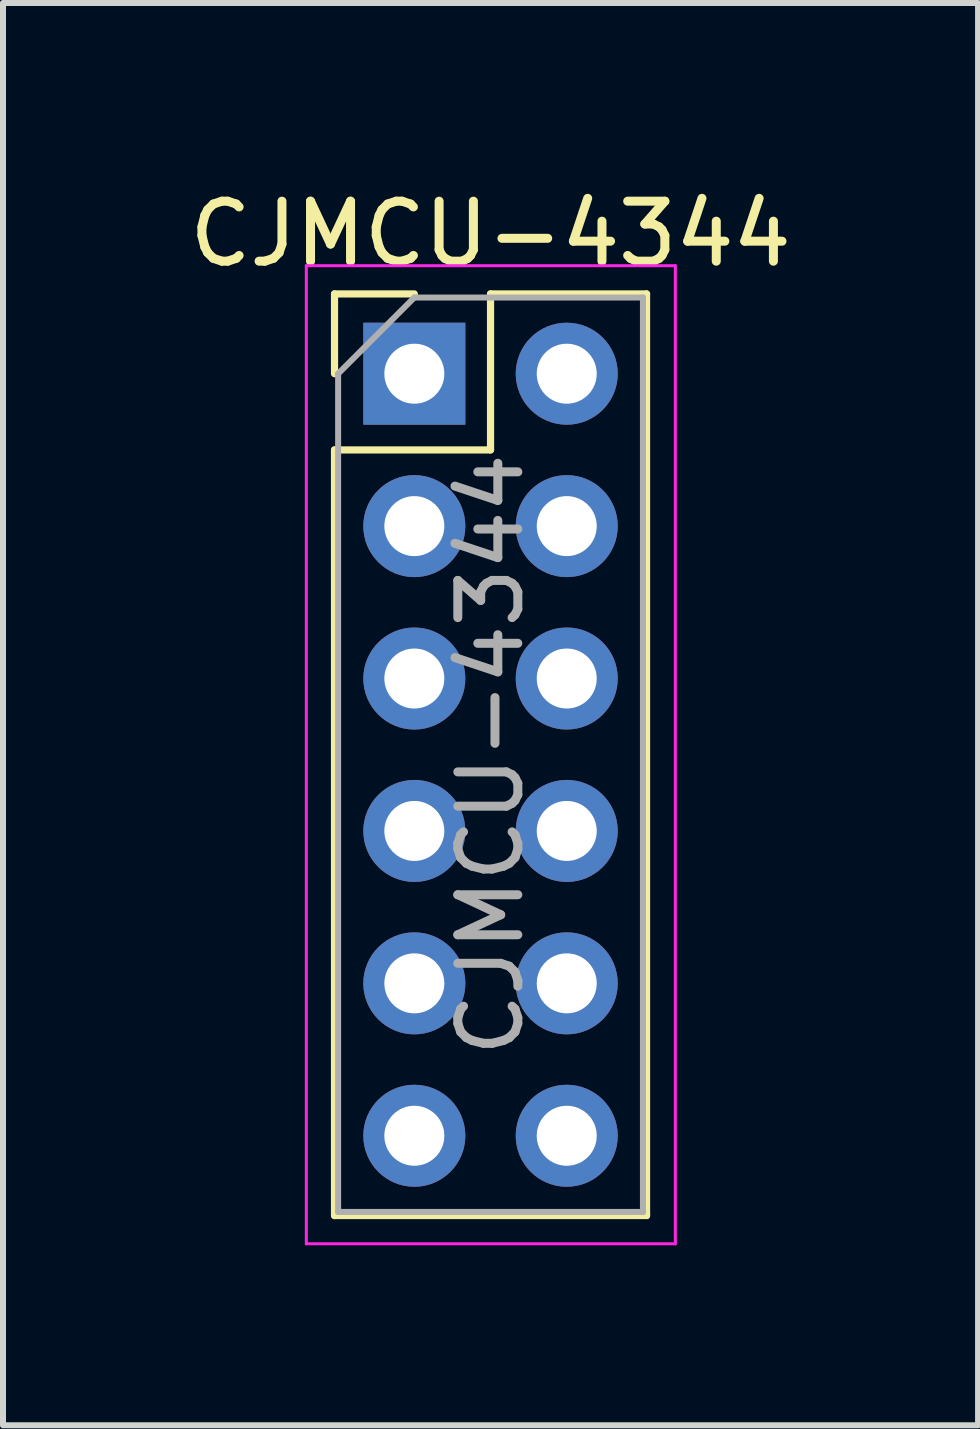
<source format=kicad_pcb>
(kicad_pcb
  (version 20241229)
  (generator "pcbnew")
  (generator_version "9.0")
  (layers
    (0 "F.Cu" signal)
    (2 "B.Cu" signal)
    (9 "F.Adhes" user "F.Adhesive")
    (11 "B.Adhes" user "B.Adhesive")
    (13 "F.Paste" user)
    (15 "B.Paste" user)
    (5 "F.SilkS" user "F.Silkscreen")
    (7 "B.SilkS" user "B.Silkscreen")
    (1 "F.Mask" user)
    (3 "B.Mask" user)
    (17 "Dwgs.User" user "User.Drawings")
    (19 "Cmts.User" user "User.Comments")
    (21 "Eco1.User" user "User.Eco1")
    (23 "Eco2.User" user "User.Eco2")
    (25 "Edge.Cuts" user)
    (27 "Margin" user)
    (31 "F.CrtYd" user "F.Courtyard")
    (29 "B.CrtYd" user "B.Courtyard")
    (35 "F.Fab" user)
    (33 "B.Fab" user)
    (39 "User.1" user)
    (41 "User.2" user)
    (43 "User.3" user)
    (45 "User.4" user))
  (footprint "CJMCU-4344"
    (layer "F.Cu")
    (at 3.855 3.178)
    (property "Reference" "CJMCU-4344" (at 1.27 -2.33 0) (layer "F.SilkS") (effects (font (size 1 1) (thickness 0.15))))
    (attr through_hole)
    (fp_line (start -1.33 -1.33) (end 0 -1.33) (stroke (width 0.12) (type solid)) (layer "F.SilkS"))
    (fp_line (start -1.33 0) (end -1.33 -1.33) (stroke (width 0.12) (type solid)) (layer "F.SilkS"))
    (fp_line (start -1.33 1.27) (end -1.33 14.03) (stroke (width 0.12) (type solid)) (layer "F.SilkS"))
    (fp_line (start -1.33 1.27) (end 1.27 1.27) (stroke (width 0.12) (type solid)) (layer "F.SilkS"))
    (fp_line (start -1.33 14.03) (end 3.87 14.03) (stroke (width 0.12) (type solid)) (layer "F.SilkS"))
    (fp_line (start 1.27 -1.33) (end 3.87 -1.33) (stroke (width 0.12) (type solid)) (layer "F.SilkS"))
    (fp_line (start 1.27 1.27) (end 1.27 -1.33) (stroke (width 0.12) (type solid)) (layer "F.SilkS"))
    (fp_line (start 3.87 -1.33) (end 3.87 14.03) (stroke (width 0.12) (type solid)) (layer "F.SilkS"))
    (fp_line (start -1.8 -1.8) (end -1.8 14.5) (stroke (width 0.05) (type solid)) (layer "F.CrtYd"))
    (fp_line (start -1.8 14.5) (end 4.35 14.5) (stroke (width 0.05) (type solid)) (layer "F.CrtYd"))
    (fp_line (start 4.35 -1.8) (end -1.8 -1.8) (stroke (width 0.05) (type solid)) (layer "F.CrtYd"))
    (fp_line (start 4.35 14.5) (end 4.35 -1.8) (stroke (width 0.05) (type solid)) (layer "F.CrtYd"))
    (fp_line (start -1.27 0) (end 0 -1.27) (stroke (width 0.1) (type solid)) (layer "F.Fab"))
    (fp_line (start -1.27 13.97) (end -1.27 0) (stroke (width 0.1) (type solid)) (layer "F.Fab"))
    (fp_line (start 0 -1.27) (end 3.81 -1.27) (stroke (width 0.1) (type solid)) (layer "F.Fab"))
    (fp_line (start 3.81 -1.27) (end 3.81 13.97) (stroke (width 0.1) (type solid)) (layer "F.Fab"))
    (fp_line (start 3.81 13.97) (end -1.27 13.97) (stroke (width 0.1) (type solid)) (layer "F.Fab"))
    (fp_text user "${REFERENCE}" (at 1.27 6.35 90) (layer "F.Fab") (effects (font (size 1 1) (thickness 0.15))))
    (pad "1" thru_hole rect (at 0 0) (size 1.7 1.7) (drill 1) (layers "*.Cu" "*.Mask"))
    (pad "2" thru_hole oval (at 2.54 0) (size 1.7 1.7) (drill 1) (layers "*.Cu" "*.Mask"))
    (pad "3" thru_hole oval (at 0 2.54) (size 1.7 1.7) (drill 1) (layers "*.Cu" "*.Mask"))
    (pad "4" thru_hole oval (at 2.54 2.54) (size 1.7 1.7) (drill 1) (layers "*.Cu" "*.Mask"))
    (pad "5" thru_hole oval (at 0 5.08) (size 1.7 1.7) (drill 1) (layers "*.Cu" "*.Mask"))
    (pad "6" thru_hole oval (at 2.54 5.08) (size 1.7 1.7) (drill 1) (layers "*.Cu" "*.Mask"))
    (pad "7" thru_hole oval (at 0 7.62) (size 1.7 1.7) (drill 1) (layers "*.Cu" "*.Mask"))
    (pad "8" thru_hole oval (at 2.54 7.62) (size 1.7 1.7) (drill 1) (layers "*.Cu" "*.Mask"))
    (pad "9" thru_hole oval (at 0 10.16) (size 1.7 1.7) (drill 1) (layers "*.Cu" "*.Mask"))
    (pad "10" thru_hole oval (at 2.54 10.16) (size 1.7 1.7) (drill 1) (layers "*.Cu" "*.Mask"))
    (pad "11" thru_hole oval (at 0 12.7) (size 1.7 1.7) (drill 1) (layers "*.Cu" "*.Mask"))
    (pad "12" thru_hole oval (at 2.54 12.7) (size 1.7 1.7) (drill 1) (layers "*.Cu" "*.Mask")))
  (gr_rect
    (start -3 -3)
    (end 13.25 20.703)
    (stroke (width 0.1) (type default))
    (fill no)
    (layer "Edge.Cuts")))
</source>
